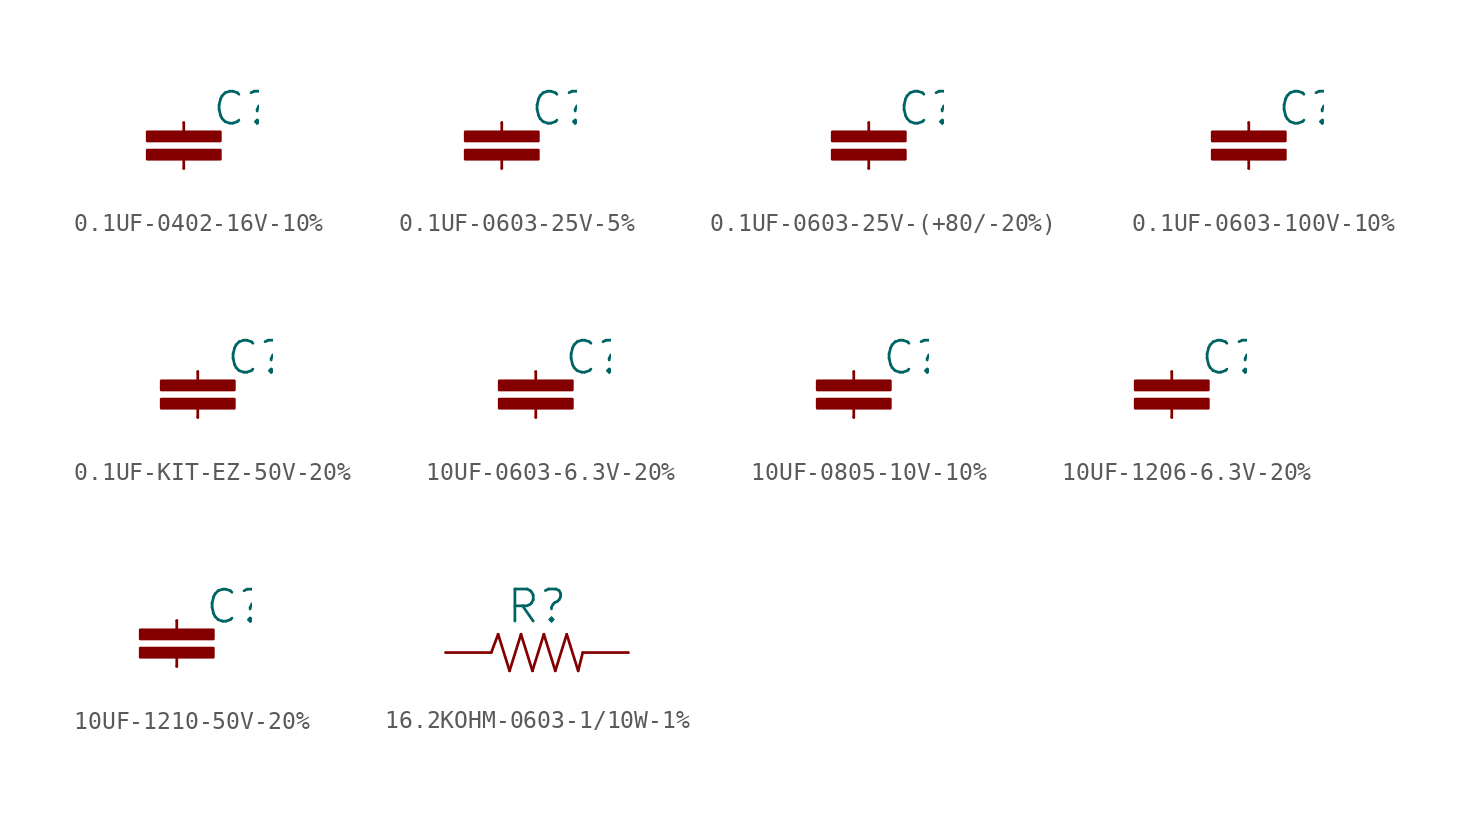
<source format=kicad_sym>
(kicad_symbol_lib
  (version 20231120)
  (generator "kicad_symbol_editor")
  (generator_version "8.0")
  (symbol "0.1UF-0402-16V-10%"
    (property "Reference" "C"
      (at 1.524 2.286 0)
      (effects (font (size 1.778 1.778)) (justify left bottom)))
    (property "Value" ""
      (at 1.524 -1.397 0)
      (effects (font (size 1.778 1.778)) (justify left bottom)))
    (property "ki_locked" ""
      (at 0 0 0)
      (effects (font (size 1.27 1.27))))
    (symbol "0.1UF-0402-16V-10%_1_0"
      (rectangle (start -2.032 0.508) (end 2.032 1.016) (stroke (width 0) (type default)) (fill (type outline)))
      (rectangle (start -2.032 1.524) (end 2.032 2.032) (stroke (width 0) (type default)) (fill (type outline)))
      (polyline (pts (xy 0 0) (xy 0 0.508)) (stroke (width 0.152) (type solid)) (fill (type none)))
      (polyline (pts (xy 0 2.54) (xy 0 2.032)) (stroke (width 0.152) (type solid)) (fill (type none)))
      (pin passive line (at 0 2.54 270) (length 0) (name "1" (effects (font (size 0 0)))) (number "1" (effects (font (size 0 0)))))
      (pin passive line (at 0 0 90) (length 0) (name "2" (effects (font (size 0 0)))) (number "2" (effects (font (size 0 0)))))))
  (symbol "0.1UF-0603-25V-5%"
    (property "Reference" "C"
      (at 1.524 2.286 0)
      (effects (font (size 1.778 1.778)) (justify left bottom)))
    (property "Value" ""
      (at 1.524 -1.397 0)
      (effects (font (size 1.778 1.778)) (justify left bottom)))
    (property "ki_locked" ""
      (at 0 0 0)
      (effects (font (size 1.27 1.27))))
    (symbol "0.1UF-0603-25V-5%_1_0"
      (rectangle (start -2.032 0.508) (end 2.032 1.016) (stroke (width 0) (type default)) (fill (type outline)))
      (rectangle (start -2.032 1.524) (end 2.032 2.032) (stroke (width 0) (type default)) (fill (type outline)))
      (polyline (pts (xy 0 0) (xy 0 0.508)) (stroke (width 0.152) (type solid)) (fill (type none)))
      (polyline (pts (xy 0 2.54) (xy 0 2.032)) (stroke (width 0.152) (type solid)) (fill (type none)))
      (pin passive line (at 0 2.54 270) (length 0) (name "1" (effects (font (size 0 0)))) (number "1" (effects (font (size 0 0)))))
      (pin passive line (at 0 0 90) (length 0) (name "2" (effects (font (size 0 0)))) (number "2" (effects (font (size 0 0)))))))
  (symbol "0.1UF-0603-25V-(+80/-20%)"
    (property "Reference" "C"
      (at 1.524 2.286 0)
      (effects (font (size 1.778 1.778)) (justify left bottom)))
    (property "Value" ""
      (at 1.524 -1.397 0)
      (effects (font (size 1.778 1.778)) (justify left bottom)))
    (property "ki_locked" ""
      (at 0 0 0)
      (effects (font (size 1.27 1.27))))
    (symbol "0.1UF-0603-25V-(+80/-20%)_1_0"
      (rectangle (start -2.032 0.508) (end 2.032 1.016) (stroke (width 0) (type default)) (fill (type outline)))
      (rectangle (start -2.032 1.524) (end 2.032 2.032) (stroke (width 0) (type default)) (fill (type outline)))
      (polyline (pts (xy 0 0) (xy 0 0.508)) (stroke (width 0.152) (type solid)) (fill (type none)))
      (polyline (pts (xy 0 2.54) (xy 0 2.032)) (stroke (width 0.152) (type solid)) (fill (type none)))
      (pin passive line (at 0 2.54 270) (length 0) (name "1" (effects (font (size 0 0)))) (number "1" (effects (font (size 0 0)))))
      (pin passive line (at 0 0 90) (length 0) (name "2" (effects (font (size 0 0)))) (number "2" (effects (font (size 0 0)))))))
  (symbol "0.1UF-0603-100V-10%"
    (property "Reference" "C"
      (at 1.524 2.286 0)
      (effects (font (size 1.778 1.778)) (justify left bottom)))
    (property "Value" ""
      (at 1.524 -1.397 0)
      (effects (font (size 1.778 1.778)) (justify left bottom)))
    (property "ki_locked" ""
      (at 0 0 0)
      (effects (font (size 1.27 1.27))))
    (symbol "0.1UF-0603-100V-10%_1_0"
      (rectangle (start -2.032 0.508) (end 2.032 1.016) (stroke (width 0) (type default)) (fill (type outline)))
      (rectangle (start -2.032 1.524) (end 2.032 2.032) (stroke (width 0) (type default)) (fill (type outline)))
      (polyline (pts (xy 0 0) (xy 0 0.508)) (stroke (width 0.152) (type solid)) (fill (type none)))
      (polyline (pts (xy 0 2.54) (xy 0 2.032)) (stroke (width 0.152) (type solid)) (fill (type none)))
      (pin passive line (at 0 2.54 270) (length 0) (name "1" (effects (font (size 0 0)))) (number "1" (effects (font (size 0 0)))))
      (pin passive line (at 0 0 90) (length 0) (name "2" (effects (font (size 0 0)))) (number "2" (effects (font (size 0 0)))))))
  (symbol "0.1UF-KIT-EZ-50V-20%"
    (property "Reference" "C"
      (at 1.524 2.286 0)
      (effects (font (size 1.778 1.778)) (justify left bottom)))
    (property "Value" ""
      (at 1.524 -1.397 0)
      (effects (font (size 1.778 1.778)) (justify left bottom)))
    (property "ki_locked" ""
      (at 0 0 0)
      (effects (font (size 1.27 1.27))))
    (symbol "0.1UF-KIT-EZ-50V-20%_1_0"
      (rectangle (start -2.032 0.508) (end 2.032 1.016) (stroke (width 0) (type default)) (fill (type outline)))
      (rectangle (start -2.032 1.524) (end 2.032 2.032) (stroke (width 0) (type default)) (fill (type outline)))
      (polyline (pts (xy 0 0) (xy 0 0.508)) (stroke (width 0.152) (type solid)) (fill (type none)))
      (polyline (pts (xy 0 2.54) (xy 0 2.032)) (stroke (width 0.152) (type solid)) (fill (type none)))
      (pin passive line (at 0 2.54 270) (length 0) (name "1" (effects (font (size 0 0)))) (number "1" (effects (font (size 0 0)))))
      (pin passive line (at 0 0 90) (length 0) (name "2" (effects (font (size 0 0)))) (number "2" (effects (font (size 0 0)))))))
  (symbol "10UF-0603-6.3V-20%"
    (property "Reference" "C"
      (at 1.524 2.286 0)
      (effects (font (size 1.778 1.778)) (justify left bottom)))
    (property "Value" ""
      (at 1.524 -1.397 0)
      (effects (font (size 1.778 1.778)) (justify left bottom)))
    (property "ki_locked" ""
      (at 0 0 0)
      (effects (font (size 1.27 1.27))))
    (symbol "10UF-0603-6.3V-20%_1_0"
      (rectangle (start -2.032 0.508) (end 2.032 1.016) (stroke (width 0) (type default)) (fill (type outline)))
      (rectangle (start -2.032 1.524) (end 2.032 2.032) (stroke (width 0) (type default)) (fill (type outline)))
      (polyline (pts (xy 0 0) (xy 0 0.508)) (stroke (width 0.152) (type solid)) (fill (type none)))
      (polyline (pts (xy 0 2.54) (xy 0 2.032)) (stroke (width 0.152) (type solid)) (fill (type none)))
      (pin passive line (at 0 2.54 270) (length 0) (name "1" (effects (font (size 0 0)))) (number "1" (effects (font (size 0 0)))))
      (pin passive line (at 0 0 90) (length 0) (name "2" (effects (font (size 0 0)))) (number "2" (effects (font (size 0 0)))))))
  (symbol "10UF-0805-10V-10%"
    (property "Reference" "C"
      (at 1.524 2.286 0)
      (effects (font (size 1.778 1.778)) (justify left bottom)))
    (property "Value" ""
      (at 1.524 -1.397 0)
      (effects (font (size 1.778 1.778)) (justify left bottom)))
    (property "ki_locked" ""
      (at 0 0 0)
      (effects (font (size 1.27 1.27))))
    (symbol "10UF-0805-10V-10%_1_0"
      (rectangle (start -2.032 0.508) (end 2.032 1.016) (stroke (width 0) (type default)) (fill (type outline)))
      (rectangle (start -2.032 1.524) (end 2.032 2.032) (stroke (width 0) (type default)) (fill (type outline)))
      (polyline (pts (xy 0 0) (xy 0 0.508)) (stroke (width 0.152) (type solid)) (fill (type none)))
      (polyline (pts (xy 0 2.54) (xy 0 2.032)) (stroke (width 0.152) (type solid)) (fill (type none)))
      (pin passive line (at 0 2.54 270) (length 0) (name "1" (effects (font (size 0 0)))) (number "1" (effects (font (size 0 0)))))
      (pin passive line (at 0 0 90) (length 0) (name "2" (effects (font (size 0 0)))) (number "2" (effects (font (size 0 0)))))))
  (symbol "10UF-1206-6.3V-20%"
    (property "Reference" "C"
      (at 1.524 2.286 0)
      (effects (font (size 1.778 1.778)) (justify left bottom)))
    (property "Value" ""
      (at 1.524 -1.397 0)
      (effects (font (size 1.778 1.778)) (justify left bottom)))
    (property "ki_locked" ""
      (at 0 0 0)
      (effects (font (size 1.27 1.27))))
    (symbol "10UF-1206-6.3V-20%_1_0"
      (rectangle (start -2.032 0.508) (end 2.032 1.016) (stroke (width 0) (type default)) (fill (type outline)))
      (rectangle (start -2.032 1.524) (end 2.032 2.032) (stroke (width 0) (type default)) (fill (type outline)))
      (polyline (pts (xy 0 0) (xy 0 0.508)) (stroke (width 0.152) (type solid)) (fill (type none)))
      (polyline (pts (xy 0 2.54) (xy 0 2.032)) (stroke (width 0.152) (type solid)) (fill (type none)))
      (pin passive line (at 0 2.54 270) (length 0) (name "1" (effects (font (size 0 0)))) (number "1" (effects (font (size 0 0)))))
      (pin passive line (at 0 0 90) (length 0) (name "2" (effects (font (size 0 0)))) (number "2" (effects (font (size 0 0)))))))
  (symbol "10UF-1210-50V-20%"
    (property "Reference" "C"
      (at 1.524 2.286 0)
      (effects (font (size 1.778 1.778)) (justify left bottom)))
    (property "Value" ""
      (at 1.524 -1.397 0)
      (effects (font (size 1.778 1.778)) (justify left bottom)))
    (property "ki_locked" ""
      (at 0 0 0)
      (effects (font (size 1.27 1.27))))
    (symbol "10UF-1210-50V-20%_1_0"
      (rectangle (start -2.032 0.508) (end 2.032 1.016) (stroke (width 0) (type default)) (fill (type outline)))
      (rectangle (start -2.032 1.524) (end 2.032 2.032) (stroke (width 0) (type default)) (fill (type outline)))
      (polyline (pts (xy 0 0) (xy 0 0.508)) (stroke (width 0.152) (type solid)) (fill (type none)))
      (polyline (pts (xy 0 2.54) (xy 0 2.032)) (stroke (width 0.152) (type solid)) (fill (type none)))
      (pin passive line (at 0 2.54 270) (length 0) (name "1" (effects (font (size 0 0)))) (number "1" (effects (font (size 0 0)))))
      (pin passive line (at 0 0 90) (length 0) (name "2" (effects (font (size 0 0)))) (number "2" (effects (font (size 0 0)))))))
  (symbol "16.2KOHM-0603-1/10W-1%"
    (property "Reference" "R"
      (at 0 1.524 0)
      (effects (font (size 1.778 1.778)) (justify bottom)))
    (property "Value" ""
      (at 0 -1.524 0)
      (effects (font (size 1.778 1.778)) (justify top)))
    (property "ki_locked" ""
      (at 0 0 0)
      (effects (font (size 1.27 1.27))))
    (symbol "16.2KOHM-0603-1/10W-1%_1_0"
      (polyline (pts (xy -2.54 0) (xy -2.159 1.016)) (stroke (width 0.152) (type solid)) (fill (type none)))
      (polyline (pts (xy -2.159 1.016) (xy -1.524 -1.016)) (stroke (width 0.152) (type solid)) (fill (type none)))
      (polyline (pts (xy -1.524 -1.016) (xy -0.889 1.016)) (stroke (width 0.152) (type solid)) (fill (type none)))
      (polyline (pts (xy -0.889 1.016) (xy -0.254 -1.016)) (stroke (width 0.152) (type solid)) (fill (type none)))
      (polyline (pts (xy -0.254 -1.016) (xy 0.381 1.016)) (stroke (width 0.152) (type solid)) (fill (type none)))
      (polyline (pts (xy 0.381 1.016) (xy 1.016 -1.016)) (stroke (width 0.152) (type solid)) (fill (type none)))
      (polyline (pts (xy 1.016 -1.016) (xy 1.651 1.016)) (stroke (width 0.152) (type solid)) (fill (type none)))
      (polyline (pts (xy 1.651 1.016) (xy 2.286 -1.016)) (stroke (width 0.152) (type solid)) (fill (type none)))
      (polyline (pts (xy 2.286 -1.016) (xy 2.54 0)) (stroke (width 0.152) (type solid)) (fill (type none)))
      (pin passive line (at -5.08 0 0) (length 2.54) (name "1" (effects (font (size 0 0)))) (number "1" (effects (font (size 0 0)))))
      (pin passive line (at 5.08 0 180) (length 2.54) (name "2" (effects (font (size 0 0)))) (number "2" (effects (font (size 0 0))))))))
</source>
